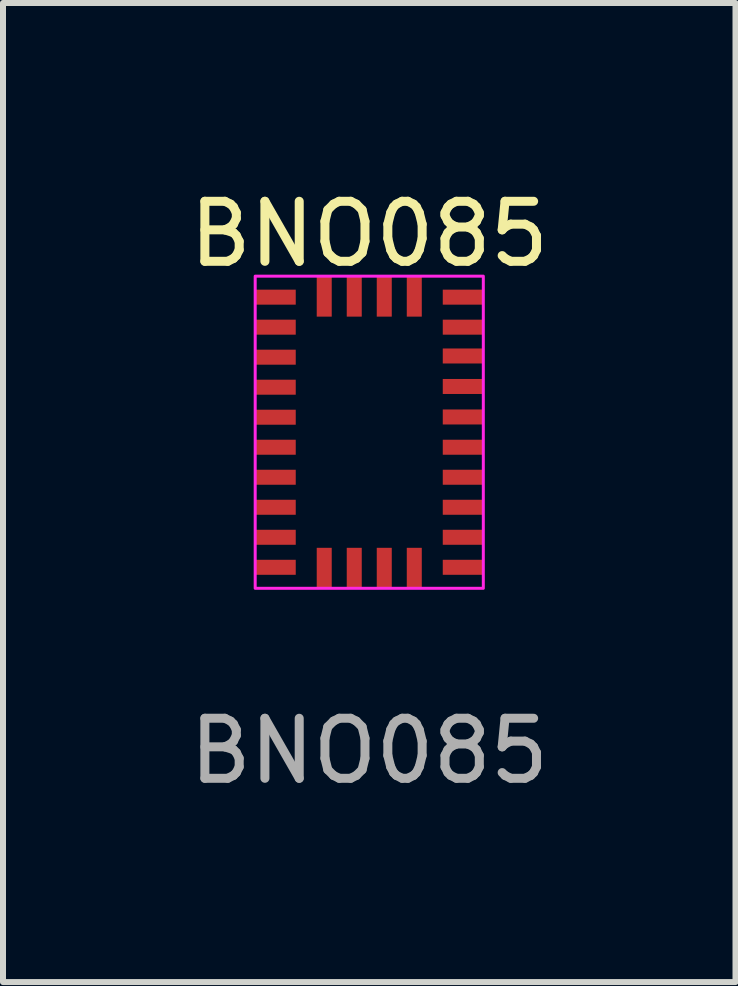
<source format=kicad_pcb>
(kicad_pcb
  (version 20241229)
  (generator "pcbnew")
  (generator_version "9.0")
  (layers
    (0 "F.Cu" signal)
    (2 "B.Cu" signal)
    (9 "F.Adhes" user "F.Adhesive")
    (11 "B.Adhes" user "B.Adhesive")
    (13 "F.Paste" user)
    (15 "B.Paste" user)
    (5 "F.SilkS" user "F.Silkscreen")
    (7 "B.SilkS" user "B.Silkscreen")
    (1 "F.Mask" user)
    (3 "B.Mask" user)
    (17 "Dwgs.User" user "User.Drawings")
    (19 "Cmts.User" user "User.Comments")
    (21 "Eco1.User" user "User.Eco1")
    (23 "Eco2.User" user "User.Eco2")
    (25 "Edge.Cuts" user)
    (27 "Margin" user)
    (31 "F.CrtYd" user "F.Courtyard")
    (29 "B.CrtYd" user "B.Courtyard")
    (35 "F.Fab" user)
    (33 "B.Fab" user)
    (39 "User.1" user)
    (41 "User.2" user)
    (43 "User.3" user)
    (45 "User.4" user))
  (footprint "BNO085"
    (layer "F.Cu")
    (at 3.101 4.15)
    (property "Reference" "BNO085" (at 0 -3.302 0) (unlocked yes) (layer "F.SilkS") (effects (font (size 1 1) (thickness 0.15))))
    (attr smd)
    (fp_rect (start -1.9 -2.6) (end 1.9 2.6) (stroke (width 0.05) (type solid)) (fill no) (layer "F.CrtYd"))
    (fp_text user "${REFERENCE}" (at 0 5.31 0) (unlocked yes) (layer "F.Fab") (effects (font (size 1 1) (thickness 0.15))))
    (pad "1" smd rect (at 1.562 -2.25) (size 0.675 0.25) (layers "F.Cu" "F.Mask" "F.Paste"))
    (pad "2" smd rect (at 0.75 -2.263) (size 0.25 0.675) (layers "F.Cu" "F.Mask" "F.Paste"))
    (pad "3" smd rect (at 0.25 -2.263) (size 0.25 0.675) (layers "F.Cu" "F.Mask" "F.Paste"))
    (pad "4" smd rect (at -0.25 -2.263) (size 0.25 0.675) (layers "F.Cu" "F.Mask" "F.Paste"))
    (pad "5" smd rect (at -0.75 -2.263) (size 0.25 0.675) (layers "F.Cu" "F.Mask" "F.Paste"))
    (pad "6" smd rect (at -1.562 -2.25) (size 0.675 0.25) (layers "F.Cu" "F.Mask" "F.Paste"))
    (pad "7" smd rect (at -1.562 -1.75) (size 0.675 0.25) (layers "F.Cu" "F.Mask" "F.Paste"))
    (pad "8" smd rect (at -1.562 -1.25) (size 0.675 0.25) (layers "F.Cu" "F.Mask" "F.Paste"))
    (pad "9" smd rect (at -1.562 -0.75) (size 0.675 0.25) (layers "F.Cu" "F.Mask" "F.Paste"))
    (pad "10" smd rect (at -1.562 -0.25) (size 0.675 0.25) (layers "F.Cu" "F.Mask" "F.Paste"))
    (pad "11" smd rect (at -1.562 0.25) (size 0.675 0.25) (layers "F.Cu" "F.Mask" "F.Paste"))
    (pad "12" smd rect (at -1.562 0.75) (size 0.675 0.25) (layers "F.Cu" "F.Mask" "F.Paste"))
    (pad "13" smd rect (at -1.562 1.25) (size 0.675 0.25) (layers "F.Cu" "F.Mask" "F.Paste"))
    (pad "14" smd rect (at -1.562 1.75) (size 0.675 0.25) (layers "F.Cu" "F.Mask" "F.Paste"))
    (pad "15" smd rect (at -1.562 2.25) (size 0.675 0.25) (layers "F.Cu" "F.Mask" "F.Paste"))
    (pad "16" smd rect (at -0.75 2.263) (size 0.25 0.675) (layers "F.Cu" "F.Mask" "F.Paste"))
    (pad "17" smd rect (at -0.25 2.263) (size 0.25 0.675) (layers "F.Cu" "F.Mask" "F.Paste"))
    (pad "18" smd rect (at 0.25 2.263) (size 0.25 0.675) (layers "F.Cu" "F.Mask" "F.Paste"))
    (pad "19" smd rect (at 0.75 2.263) (size 0.25 0.675) (layers "F.Cu" "F.Mask" "F.Paste"))
    (pad "20" smd rect (at 1.562 2.25) (size 0.675 0.25) (layers "F.Cu" "F.Mask" "F.Paste"))
    (pad "21" smd rect (at 1.562 1.75) (size 0.675 0.25) (layers "F.Cu" "F.Mask" "F.Paste"))
    (pad "22" smd rect (at 1.562 1.25) (size 0.675 0.25) (layers "F.Cu" "F.Mask" "F.Paste"))
    (pad "23" smd rect (at 1.562 0.75) (size 0.675 0.25) (layers "F.Cu" "F.Mask" "F.Paste"))
    (pad "24" smd rect (at 1.562 0.25) (size 0.675 0.25) (layers "F.Cu" "F.Mask" "F.Paste"))
    (pad "25" smd rect (at 1.562 -0.254) (size 0.675 0.25) (layers "F.Cu" "F.Mask" "F.Paste"))
    (pad "26" smd rect (at 1.562 -0.762) (size 0.675 0.25) (layers "F.Cu" "F.Mask" "F.Paste"))
    (pad "27" smd rect (at 1.562 -1.27) (size 0.675 0.25) (layers "F.Cu" "F.Mask" "F.Paste"))
    (pad "28" smd rect (at 1.562 -1.75) (size 0.675 0.25) (layers "F.Cu" "F.Mask" "F.Paste")))
  (gr_rect
    (start -3 -3)
    (end 9.202 13.309)
    (stroke (width 0.1) (type default))
    (fill no)
    (layer "Edge.Cuts")))
</source>
